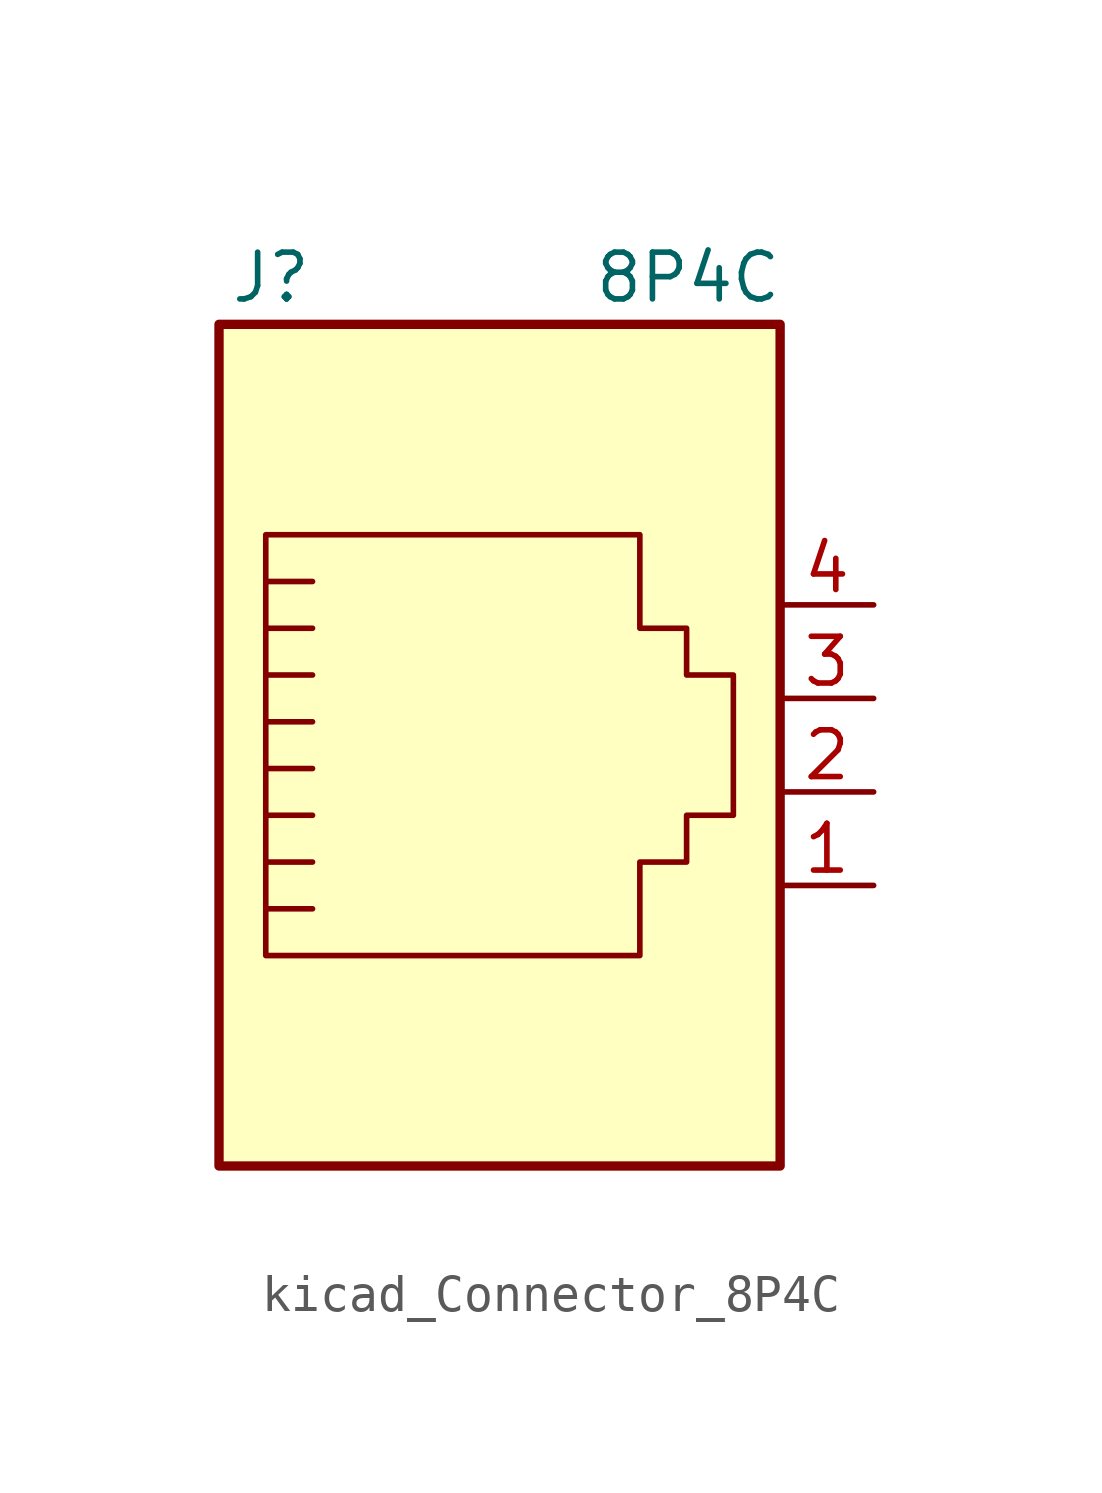
<source format=kicad_sym>
(kicad_symbol_lib
  (version 20220914)
  (generator kicad_symbol_editor)
  (symbol "kicad_Connector_8P4C"
    (pin_names
      (offset 1.016))
    (property "Reference" "J"
      (at -5.08 13.97 0)
      (effects (font (size 1.27 1.27)) (justify right)))
    (property "Value" "8P4C"
      (at 2.54 13.97 0)
      (effects (font (size 1.27 1.27)) (justify left)))
    (symbol "kicad_Connector_8P4C_0_1"
      (polyline (pts (xy -5.08 4.445) (xy -6.35 4.445)) (stroke (width 0) (type default)) (fill (type none)))
      (polyline (pts (xy -5.08 5.715) (xy -6.35 5.715)) (stroke (width 0) (type default)) (fill (type none)))
      (polyline (pts (xy -6.35 -3.175) (xy -5.08 -3.175) (xy -5.08 -3.175)) (stroke (width 0) (type default)) (fill (type none)))
      (polyline (pts (xy -6.35 -1.905) (xy -5.08 -1.905) (xy -5.08 -1.905)) (stroke (width 0) (type default)) (fill (type none)))
      (polyline (pts (xy -6.35 -0.635) (xy -5.08 -0.635) (xy -5.08 -0.635)) (stroke (width 0) (type default)) (fill (type none)))
      (polyline (pts (xy -6.35 0.635) (xy -5.08 0.635) (xy -5.08 0.635)) (stroke (width 0) (type default)) (fill (type none)))
      (polyline (pts (xy -6.35 1.905) (xy -5.08 1.905) (xy -5.08 1.905)) (stroke (width 0) (type default)) (fill (type none)))
      (polyline (pts (xy -5.08 3.175) (xy -6.35 3.175) (xy -6.35 3.175)) (stroke (width 0) (type default)) (fill (type none)))
      (polyline (pts (xy -6.35 -4.445) (xy -6.35 6.985) (xy 3.81 6.985) (xy 3.81 4.445) (xy 5.08 4.445) (xy 5.08 3.175) (xy 6.35 3.175) (xy 6.35 -0.635) (xy 5.08 -0.635) (xy 5.08 -1.905) (xy 3.81 -1.905) (xy 3.81 -4.445) (xy -6.35 -4.445) (xy -6.35 -4.445)) (stroke (width 0) (type default)) (fill (type none)))
      (rectangle (start 7.62 12.7) (end -7.62 -10.16) (stroke (width 0.254) (type default)) (fill (type background))))
    (symbol "kicad_Connector_8P4C_1_1"
      (pin passive line (at 10.16 -2.54 180) (length 2.54) (name "~" (effects (font (size 1.27 1.27)))) (number "1" (effects (font (size 1.27 1.27)))))
      (pin passive line (at 10.16 0 180) (length 2.54) (name "~" (effects (font (size 1.27 1.27)))) (number "2" (effects (font (size 1.27 1.27)))))
      (pin passive line (at 10.16 2.54 180) (length 2.54) (name "~" (effects (font (size 1.27 1.27)))) (number "3" (effects (font (size 1.27 1.27)))))
      (pin passive line (at 10.16 5.08 180) (length 2.54) (name "~" (effects (font (size 1.27 1.27)))) (number "4" (effects (font (size 1.27 1.27))))))))
</source>
